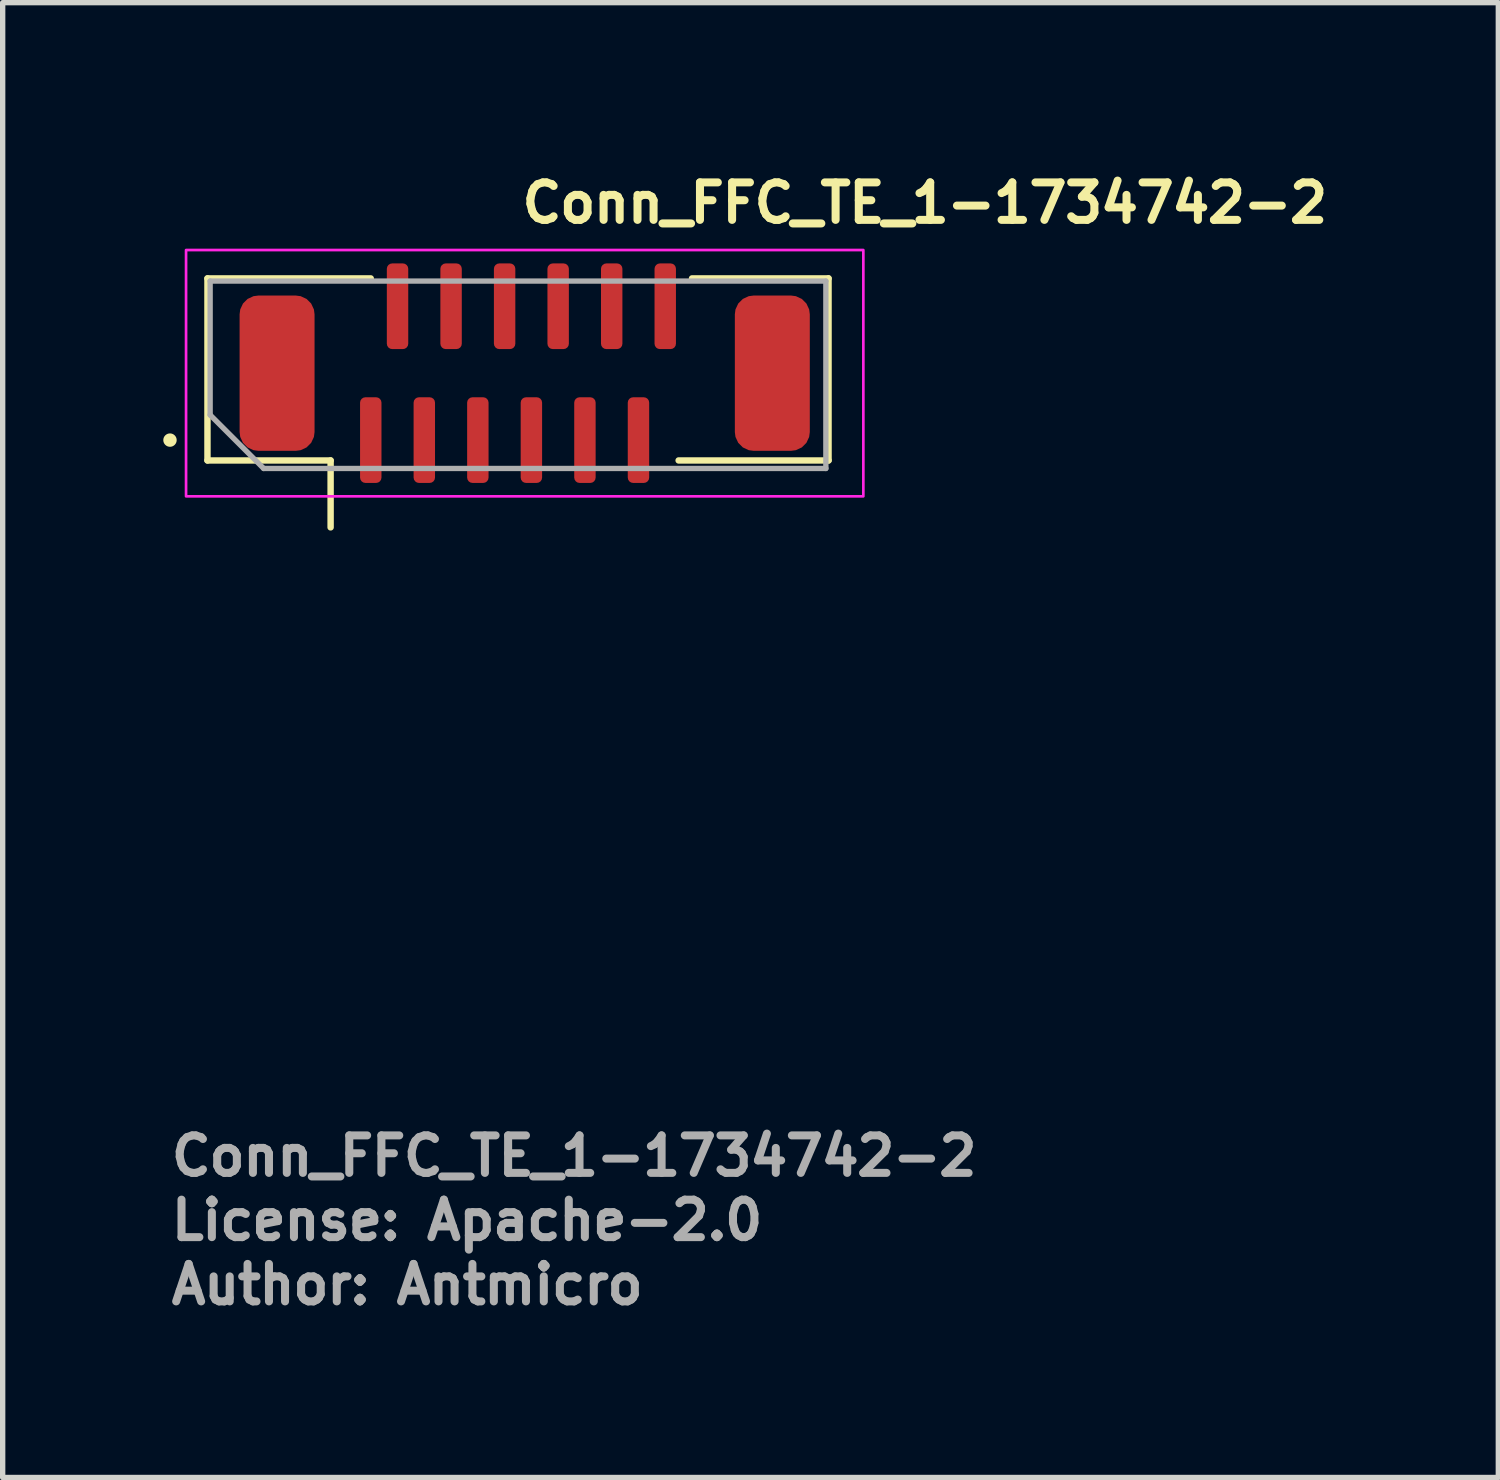
<source format=kicad_pcb>
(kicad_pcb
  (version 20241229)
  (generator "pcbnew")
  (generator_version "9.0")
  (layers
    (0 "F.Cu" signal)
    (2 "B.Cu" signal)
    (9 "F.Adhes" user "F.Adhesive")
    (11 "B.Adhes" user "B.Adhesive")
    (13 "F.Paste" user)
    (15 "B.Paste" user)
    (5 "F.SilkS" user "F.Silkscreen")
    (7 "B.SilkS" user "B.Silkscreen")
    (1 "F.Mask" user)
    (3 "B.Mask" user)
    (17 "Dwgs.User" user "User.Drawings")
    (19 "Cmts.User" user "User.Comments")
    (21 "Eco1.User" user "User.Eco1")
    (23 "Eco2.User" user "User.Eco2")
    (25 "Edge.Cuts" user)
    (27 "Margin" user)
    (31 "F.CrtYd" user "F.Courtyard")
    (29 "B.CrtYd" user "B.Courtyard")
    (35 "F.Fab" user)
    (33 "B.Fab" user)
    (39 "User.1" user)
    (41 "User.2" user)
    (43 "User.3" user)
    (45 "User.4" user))
  (footprint "Conn_FFC_TE_1-1734742-2"
    (layer "F.Cu")
    (at 6.625 3.95)
    (property "Reference" "Conn_FFC_TE_1-1734742-2" (at 0 -2.8 0) (unlocked yes) (layer "F.SilkS") (effects (font (size 0.7 0.7) (thickness 0.15)) (justify left bottom)))
    (attr smd)
    (fp_line (start -5.8 -1.8) (end -5.8 1.6) (stroke (width 0.12) (type solid)) (layer "F.SilkS"))
    (fp_line (start -5.8 -1.8) (end -2.75 -1.8) (stroke (width 0.12) (type solid)) (layer "F.SilkS"))
    (fp_line (start -5.8 1.6) (end -3.5 1.6) (stroke (width 0.12) (type solid)) (layer "F.SilkS"))
    (fp_line (start -3.5 2.85) (end -3.5 1.6) (stroke (width 0.12) (type solid)) (layer "F.SilkS"))
    (fp_line (start 3.25 -1.8) (end 5.8 -1.8) (stroke (width 0.12) (type solid)) (layer "F.SilkS"))
    (fp_line (start 5.8 -1.8) (end 5.8 1.6) (stroke (width 0.12) (type solid)) (layer "F.SilkS"))
    (fp_line (start 5.8 1.6) (end 3 1.6) (stroke (width 0.12) (type solid)) (layer "F.SilkS"))
    (fp_circle (center -6.5 1.22) (end -6.45 1.22) (stroke (width 0.15) (type solid)) (fill yes) (layer "F.SilkS"))
    (fp_rect (start -6.2 -2.33) (end 6.45 2.27) (stroke (width 0.05) (type solid)) (fill no) (layer "F.CrtYd"))
    (fp_line (start -5.75 -1.75) (end -5.75 0.75) (stroke (width 0.1) (type solid)) (layer "F.Fab"))
    (fp_line (start -5.75 0.75) (end -4.75 1.75) (stroke (width 0.1) (type solid)) (layer "F.Fab"))
    (fp_line (start -4.75 1.75) (end 5.75 1.75) (stroke (width 0.1) (type solid)) (layer "F.Fab"))
    (fp_line (start 5.75 -1.75) (end -5.75 -1.75) (stroke (width 0.1) (type solid)) (layer "F.Fab"))
    (fp_line (start 5.75 1.75) (end 5.75 -1.75) (stroke (width 0.1) (type solid)) (layer "F.Fab"))
    (fp_rect (start -5.85 -1.93) (end 5.85 1.87) (stroke (width 0.1) (type solid)) (fill no) (layer "User.5"))
    (fp_line (start -5.85 -1.68) (end -5.85 1.42) (stroke (width 0.02) (type solid)) (layer "User.9"))
    (fp_line (start -5.85 -1.68) (end -5.8 -1.73) (stroke (width 0.02) (type solid)) (layer "User.9"))
    (fp_line (start -5.8 -1.73) (end -5.75 -1.68) (stroke (width 0.02) (type solid)) (layer "User.9"))
    (fp_line (start -5.8 1.47) (end -5.85 1.42) (stroke (width 0.02) (type solid)) (layer "User.9"))
    (fp_line (start -5.75 -1.78) (end -5.8 -1.73) (stroke (width 0.02) (type solid)) (layer "User.9"))
    (fp_line (start -5.75 -1.68) (end -5.75 1.42) (stroke (width 0.02) (type solid)) (layer "User.9"))
    (fp_line (start -5.75 1.42) (end -5.8 1.47) (stroke (width 0.02) (type solid)) (layer "User.9"))
    (fp_line (start -5.75 1.42) (end -3.97 1.42) (stroke (width 0.02) (type solid)) (layer "User.9"))
    (fp_line (start -5.75 1.52) (end -5.8 1.47) (stroke (width 0.02) (type solid)) (layer "User.9"))
    (fp_line (start -5.75 1.52) (end -3.87 1.52) (stroke (width 0.02) (type solid)) (layer "User.9"))
    (fp_line (start -4.859 -1.78) (end -5.75 -1.78) (stroke (width 0.02) (type solid)) (layer "User.9"))
    (fp_line (start -4.859 -1.78) (end -4.809 -1.68) (stroke (width 0.02) (type solid)) (layer "User.9"))
    (fp_line (start -4.809 -1.68) (end -5.75 -1.68) (stroke (width 0.02) (type solid)) (layer "User.9"))
    (fp_line (start -4.622 -1.307) (end -4.809 -1.68) (stroke (width 0.02) (type solid)) (layer "User.9"))
    (fp_line (start -4.479 -1.307) (end -4.622 -1.307) (stroke (width 0.02) (type solid)) (layer "User.9"))
    (fp_line (start -4.292 -1.68) (end -4.479 -1.307) (stroke (width 0.02) (type solid)) (layer "User.9"))
    (fp_line (start -4.292 -1.68) (end -4.242 -1.78) (stroke (width 0.02) (type solid)) (layer "User.9"))
    (fp_line (start -3.97 0.27) (end -3.575 0.27) (stroke (width 0.02) (type solid)) (layer "User.9"))
    (fp_line (start -3.97 1.42) (end -3.97 0.27) (stroke (width 0.02) (type solid)) (layer "User.9"))
    (fp_line (start -3.87 1.52) (end -3.97 1.42) (stroke (width 0.02) (type solid)) (layer "User.9"))
    (fp_line (start -3.72 1.22) (end -3.25 1.22) (stroke (width 0.02) (type solid)) (layer "User.9"))
    (fp_line (start -3.72 1.52) (end -3.87 1.52) (stroke (width 0.02) (type solid)) (layer "User.9"))
    (fp_line (start -3.72 1.52) (end -3.72 0.27) (stroke (width 0.02) (type solid)) (layer "User.9"))
    (fp_line (start -3.575 -0.25) (end 3.575 -0.25) (stroke (width 0.02) (type solid)) (layer "User.9"))
    (fp_line (start -3.575 0.27) (end -3.575 -0.25) (stroke (width 0.02) (type solid)) (layer "User.9"))
    (fp_line (start -3.325 0) (end -3.575 -0.25) (stroke (width 0.02) (type solid)) (layer "User.9"))
    (fp_line (start -3.325 0) (end 3.325 0) (stroke (width 0.02) (type solid)) (layer "User.9"))
    (fp_line (start -3.325 0.27) (end -3.575 0.27) (stroke (width 0.02) (type solid)) (layer "User.9"))
    (fp_line (start -3.325 0.27) (end -3.325 0) (stroke (width 0.02) (type solid)) (layer "User.9"))
    (fp_line (start -3.25 0.27) (end -3.325 0.27) (stroke (width 0.02) (type solid)) (layer "User.9"))
    (fp_line (start -3.25 0.27) (end -3.25 0) (stroke (width 0.02) (type solid)) (layer "User.9"))
    (fp_line (start -3.25 0.27) (end -3.25 0.42) (stroke (width 0.02) (type solid)) (layer "User.9"))
    (fp_line (start -3.25 0.42) (end -3.72 0.42) (stroke (width 0.02) (type solid)) (layer "User.9"))
    (fp_line (start -3.25 0.42) (end -2.91 0.42) (stroke (width 0.02) (type solid)) (layer "User.9"))
    (fp_line (start -3.25 0.72) (end -3.25 0.42) (stroke (width 0.02) (type solid)) (layer "User.9"))
    (fp_line (start -3.25 1.22) (end -3.25 0.72) (stroke (width 0.02) (type solid)) (layer "User.9"))
    (fp_line (start -2.91 0.72) (end -3.25 0.72) (stroke (width 0.02) (type solid)) (layer "User.9"))
    (fp_line (start -2.91 0.72) (end -2.91 0.42) (stroke (width 0.02) (type solid)) (layer "User.9"))
    (fp_line (start -2.91 0.72) (end -2.91 0.82) (stroke (width 0.02) (type solid)) (layer "User.9"))
    (fp_line (start -2.91 0.82) (end -2.59 0.82) (stroke (width 0.02) (type solid)) (layer "User.9"))
    (fp_line (start -2.85 0.22) (end -2.85 0.387) (stroke (width 0.02) (type solid)) (layer "User.9"))
    (fp_line (start -2.85 0.22) (end -2.65 0.22) (stroke (width 0.02) (type solid)) (layer "User.9"))
    (fp_line (start -2.85 0.494) (end -2.85 0.387) (stroke (width 0.02) (type solid)) (layer "User.9"))
    (fp_line (start -2.85 0.614) (end -2.85 0.494) (stroke (width 0.02) (type solid)) (layer "User.9"))
    (fp_line (start -2.85 0.614) (end -2.85 0.723) (stroke (width 0.02) (type solid)) (layer "User.9"))
    (fp_line (start -2.85 0.723) (end -2.65 0.723) (stroke (width 0.02) (type solid)) (layer "User.9"))
    (fp_line (start -2.85 1.22) (end -2.85 1.87) (stroke (width 0.02) (type solid)) (layer "User.9"))
    (fp_line (start -2.85 1.87) (end -2.65 1.87) (stroke (width 0.02) (type solid)) (layer "User.9"))
    (fp_line (start -2.65 0.22) (end -2.65 0.387) (stroke (width 0.02) (type solid)) (layer "User.9"))
    (fp_line (start -2.65 0.387) (end -2.65 0.494) (stroke (width 0.02) (type solid)) (layer "User.9"))
    (fp_line (start -2.65 0.494) (end -2.65 0.614) (stroke (width 0.02) (type solid)) (layer "User.9"))
    (fp_line (start -2.65 0.614) (end -2.65 0.723) (stroke (width 0.02) (type solid)) (layer "User.9"))
    (fp_line (start -2.65 1.22) (end -2.65 1.87) (stroke (width 0.02) (type solid)) (layer "User.9"))
    (fp_line (start -2.59 0.42) (end -2.41 0.42) (stroke (width 0.02) (type solid)) (layer "User.9"))
    (fp_line (start -2.59 0.72) (end -2.59 0.42) (stroke (width 0.02) (type solid)) (layer "User.9"))
    (fp_line (start -2.59 0.72) (end -2.59 0.82) (stroke (width 0.02) (type solid)) (layer "User.9"))
    (fp_line (start -2.41 0.72) (end -2.59 0.72) (stroke (width 0.02) (type solid)) (layer "User.9"))
    (fp_line (start -2.41 0.72) (end -2.41 0.42) (stroke (width 0.02) (type solid)) (layer "User.9"))
    (fp_line (start -2.41 0.72) (end -2.41 0.82) (stroke (width 0.02) (type solid)) (layer "User.9"))
    (fp_line (start -2.41 0.82) (end -2.09 0.82) (stroke (width 0.02) (type solid)) (layer "User.9"))
    (fp_line (start -2.35 -1.78) (end -2.35 -1.93) (stroke (width 0.02) (type solid)) (layer "User.9"))
    (fp_line (start -2.35 0.22) (end -2.35 0.387) (stroke (width 0.02) (type solid)) (layer "User.9"))
    (fp_line (start -2.35 0.22) (end -2.15 0.22) (stroke (width 0.02) (type solid)) (layer "User.9"))
    (fp_line (start -2.35 0.494) (end -2.35 0.387) (stroke (width 0.02) (type solid)) (layer "User.9"))
    (fp_line (start -2.35 0.614) (end -2.35 0.494) (stroke (width 0.02) (type solid)) (layer "User.9"))
    (fp_line (start -2.35 0.614) (end -2.35 0.723) (stroke (width 0.02) (type solid)) (layer "User.9"))
    (fp_line (start -2.35 0.723) (end -2.15 0.723) (stroke (width 0.02) (type solid)) (layer "User.9"))
    (fp_line (start -2.15 -1.93) (end -2.35 -1.93) (stroke (width 0.02) (type solid)) (layer "User.9"))
    (fp_line (start -2.15 -1.78) (end -2.15 -1.93) (stroke (width 0.02) (type solid)) (layer "User.9"))
    (fp_line (start -2.15 0.22) (end -2.15 0.387) (stroke (width 0.02) (type solid)) (layer "User.9"))
    (fp_line (start -2.15 0.387) (end -2.15 0.494) (stroke (width 0.02) (type solid)) (layer "User.9"))
    (fp_line (start -2.15 0.494) (end -2.15 0.614) (stroke (width 0.02) (type solid)) (layer "User.9"))
    (fp_line (start -2.15 0.614) (end -2.15 0.723) (stroke (width 0.02) (type solid)) (layer "User.9"))
    (fp_line (start -2.09 0.42) (end -1.91 0.42) (stroke (width 0.02) (type solid)) (layer "User.9"))
    (fp_line (start -2.09 0.72) (end -2.09 0.42) (stroke (width 0.02) (type solid)) (layer "User.9"))
    (fp_line (start -2.09 0.72) (end -2.09 0.82) (stroke (width 0.02) (type solid)) (layer "User.9"))
    (fp_line (start -1.91 0.72) (end -2.09 0.72) (stroke (width 0.02) (type solid)) (layer "User.9"))
    (fp_line (start -1.91 0.72) (end -1.91 0.42) (stroke (width 0.02) (type solid)) (layer "User.9"))
    (fp_line (start -1.91 0.72) (end -1.91 0.82) (stroke (width 0.02) (type solid)) (layer "User.9"))
    (fp_line (start -1.91 0.82) (end -1.59 0.82) (stroke (width 0.02) (type solid)) (layer "User.9"))
    (fp_line (start -1.85 0.22) (end -1.85 0.387) (stroke (width 0.02) (type solid)) (layer "User.9"))
    (fp_line (start -1.85 0.22) (end -1.65 0.22) (stroke (width 0.02) (type solid)) (layer "User.9"))
    (fp_line (start -1.85 0.494) (end -1.85 0.387) (stroke (width 0.02) (type solid)) (layer "User.9"))
    (fp_line (start -1.85 0.614) (end -1.85 0.494) (stroke (width 0.02) (type solid)) (layer "User.9"))
    (fp_line (start -1.85 0.614) (end -1.85 0.723) (stroke (width 0.02) (type solid)) (layer "User.9"))
    (fp_line (start -1.85 0.723) (end -1.65 0.723) (stroke (width 0.02) (type solid)) (layer "User.9"))
    (fp_line (start -1.85 1.22) (end -1.85 1.87) (stroke (width 0.02) (type solid)) (layer "User.9"))
    (fp_line (start -1.85 1.87) (end -1.65 1.87) (stroke (width 0.02) (type solid)) (layer "User.9"))
    (fp_line (start -1.65 0.22) (end -1.65 0.387) (stroke (width 0.02) (type solid)) (layer "User.9"))
    (fp_line (start -1.65 0.387) (end -1.65 0.494) (stroke (width 0.02) (type solid)) (layer "User.9"))
    (fp_line (start -1.65 0.494) (end -1.65 0.614) (stroke (width 0.02) (type solid)) (layer "User.9"))
    (fp_line (start -1.65 0.614) (end -1.65 0.723) (stroke (width 0.02) (type solid)) (layer "User.9"))
    (fp_line (start -1.65 1.22) (end -1.65 1.87) (stroke (width 0.02) (type solid)) (layer "User.9"))
    (fp_line (start -1.59 0.42) (end -1.41 0.42) (stroke (width 0.02) (type solid)) (layer "User.9"))
    (fp_line (start -1.59 0.72) (end -1.59 0.42) (stroke (width 0.02) (type solid)) (layer "User.9"))
    (fp_line (start -1.59 0.72) (end -1.59 0.82) (stroke (width 0.02) (type solid)) (layer "User.9"))
    (fp_line (start -1.41 0.72) (end -1.59 0.72) (stroke (width 0.02) (type solid)) (layer "User.9"))
    (fp_line (start -1.41 0.72) (end -1.41 0.42) (stroke (width 0.02) (type solid)) (layer "User.9"))
    (fp_line (start -1.41 0.72) (end -1.41 0.82) (stroke (width 0.02) (type solid)) (layer "User.9"))
    (fp_line (start -1.41 0.82) (end -1.09 0.82) (stroke (width 0.02) (type solid)) (layer "User.9"))
    (fp_line (start -1.35 -1.78) (end -1.35 -1.93) (stroke (width 0.02) (type solid)) (layer "User.9"))
    (fp_line (start -1.35 0.22) (end -1.35 0.387) (stroke (width 0.02) (type solid)) (layer "User.9"))
    (fp_line (start -1.35 0.22) (end -1.15 0.22) (stroke (width 0.02) (type solid)) (layer "User.9"))
    (fp_line (start -1.35 0.494) (end -1.35 0.387) (stroke (width 0.02) (type solid)) (layer "User.9"))
    (fp_line (start -1.35 0.614) (end -1.35 0.494) (stroke (width 0.02) (type solid)) (layer "User.9"))
    (fp_line (start -1.35 0.614) (end -1.35 0.723) (stroke (width 0.02) (type solid)) (layer "User.9"))
    (fp_line (start -1.35 0.723) (end -1.15 0.723) (stroke (width 0.02) (type solid)) (layer "User.9"))
    (fp_line (start -1.15 -1.93) (end -1.35 -1.93) (stroke (width 0.02) (type solid)) (layer "User.9"))
    (fp_line (start -1.15 -1.78) (end -1.15 -1.93) (stroke (width 0.02) (type solid)) (layer "User.9"))
    (fp_line (start -1.15 0.22) (end -1.15 0.387) (stroke (width 0.02) (type solid)) (layer "User.9"))
    (fp_line (start -1.15 0.387) (end -1.15 0.494) (stroke (width 0.02) (type solid)) (layer "User.9"))
    (fp_line (start -1.15 0.494) (end -1.15 0.614) (stroke (width 0.02) (type solid)) (layer "User.9"))
    (fp_line (start -1.15 0.614) (end -1.15 0.723) (stroke (width 0.02) (type solid)) (layer "User.9"))
    (fp_line (start -1.09 0.42) (end -0.91 0.42) (stroke (width 0.02) (type solid)) (layer "User.9"))
    (fp_line (start -1.09 0.72) (end -1.09 0.42) (stroke (width 0.02) (type solid)) (layer "User.9"))
    (fp_line (start -1.09 0.72) (end -1.09 0.82) (stroke (width 0.02) (type solid)) (layer "User.9"))
    (fp_line (start -0.91 0.72) (end -1.09 0.72) (stroke (width 0.02) (type solid)) (layer "User.9"))
    (fp_line (start -0.91 0.72) (end -0.91 0.42) (stroke (width 0.02) (type solid)) (layer "User.9"))
    (fp_line (start -0.91 0.72) (end -0.91 0.82) (stroke (width 0.02) (type solid)) (layer "User.9"))
    (fp_line (start -0.91 0.82) (end -0.59 0.82) (stroke (width 0.02) (type solid)) (layer "User.9"))
    (fp_line (start -0.85 0.22) (end -0.85 0.387) (stroke (width 0.02) (type solid)) (layer "User.9"))
    (fp_line (start -0.85 0.22) (end -0.65 0.22) (stroke (width 0.02) (type solid)) (layer "User.9"))
    (fp_line (start -0.85 0.494) (end -0.85 0.387) (stroke (width 0.02) (type solid)) (layer "User.9"))
    (fp_line (start -0.85 0.614) (end -0.85 0.494) (stroke (width 0.02) (type solid)) (layer "User.9"))
    (fp_line (start -0.85 0.614) (end -0.85 0.723) (stroke (width 0.02) (type solid)) (layer "User.9"))
    (fp_line (start -0.85 0.723) (end -0.65 0.723) (stroke (width 0.02) (type solid)) (layer "User.9"))
    (fp_line (start -0.85 1.22) (end -0.85 1.87) (stroke (width 0.02) (type solid)) (layer "User.9"))
    (fp_line (start -0.85 1.87) (end -0.65 1.87) (stroke (width 0.02) (type solid)) (layer "User.9"))
    (fp_line (start -0.65 0.22) (end -0.65 0.387) (stroke (width 0.02) (type solid)) (layer "User.9"))
    (fp_line (start -0.65 0.387) (end -0.65 0.494) (stroke (width 0.02) (type solid)) (layer "User.9"))
    (fp_line (start -0.65 0.494) (end -0.65 0.614) (stroke (width 0.02) (type solid)) (layer "User.9"))
    (fp_line (start -0.65 0.614) (end -0.65 0.723) (stroke (width 0.02) (type solid)) (layer "User.9"))
    (fp_line (start -0.65 1.22) (end -0.65 1.87) (stroke (width 0.02) (type solid)) (layer "User.9"))
    (fp_line (start -0.59 0.42) (end -0.41 0.42) (stroke (width 0.02) (type solid)) (layer "User.9"))
    (fp_line (start -0.59 0.72) (end -0.59 0.42) (stroke (width 0.02) (type solid)) (layer "User.9"))
    (fp_line (start -0.59 0.72) (end -0.59 0.82) (stroke (width 0.02) (type solid)) (layer "User.9"))
    (fp_line (start -0.41 0.72) (end -0.59 0.72) (stroke (width 0.02) (type solid)) (layer "User.9"))
    (fp_line (start -0.41 0.72) (end -0.41 0.42) (stroke (width 0.02) (type solid)) (layer "User.9"))
    (fp_line (start -0.41 0.72) (end -0.41 0.82) (stroke (width 0.02) (type solid)) (layer "User.9"))
    (fp_line (start -0.41 0.82) (end -0.09 0.82) (stroke (width 0.02) (type solid)) (layer "User.9"))
    (fp_line (start -0.35 -1.78) (end -0.35 -1.93) (stroke (width 0.02) (type solid)) (layer "User.9"))
    (fp_line (start -0.35 0.22) (end -0.35 0.387) (stroke (width 0.02) (type solid)) (layer "User.9"))
    (fp_line (start -0.35 0.22) (end -0.15 0.22) (stroke (width 0.02) (type solid)) (layer "User.9"))
    (fp_line (start -0.35 0.494) (end -0.35 0.387) (stroke (width 0.02) (type solid)) (layer "User.9"))
    (fp_line (start -0.35 0.614) (end -0.35 0.494) (stroke (width 0.02) (type solid)) (layer "User.9"))
    (fp_line (start -0.35 0.614) (end -0.35 0.723) (stroke (width 0.02) (type solid)) (layer "User.9"))
    (fp_line (start -0.35 0.723) (end -0.15 0.723) (stroke (width 0.02) (type solid)) (layer "User.9"))
    (fp_line (start -0.15 -1.93) (end -0.35 -1.93) (stroke (width 0.02) (type solid)) (layer "User.9"))
    (fp_line (start -0.15 -1.78) (end -0.15 -1.93) (stroke (width 0.02) (type solid)) (layer "User.9"))
    (fp_line (start -0.15 0.22) (end -0.15 0.387) (stroke (width 0.02) (type solid)) (layer "User.9"))
    (fp_line (start -0.15 0.387) (end -0.15 0.494) (stroke (width 0.02) (type solid)) (layer "User.9"))
    (fp_line (start -0.15 0.494) (end -0.15 0.614) (stroke (width 0.02) (type solid)) (layer "User.9"))
    (fp_line (start -0.15 0.614) (end -0.15 0.723) (stroke (width 0.02) (type solid)) (layer "User.9"))
    (fp_line (start -0.09 0.42) (end 0.09 0.42) (stroke (width 0.02) (type solid)) (layer "User.9"))
    (fp_line (start -0.09 0.72) (end -0.09 0.42) (stroke (width 0.02) (type solid)) (layer "User.9"))
    (fp_line (start -0.09 0.72) (end -0.09 0.82) (stroke (width 0.02) (type solid)) (layer "User.9"))
    (fp_line (start 0.09 0.72) (end -0.09 0.72) (stroke (width 0.02) (type solid)) (layer "User.9"))
    (fp_line (start 0.09 0.72) (end 0.09 0.42) (stroke (width 0.02) (type solid)) (layer "User.9"))
    (fp_line (start 0.09 0.72) (end 0.09 0.82) (stroke (width 0.02) (type solid)) (layer "User.9"))
    (fp_line (start 0.09 0.82) (end 0.41 0.82) (stroke (width 0.02) (type solid)) (layer "User.9"))
    (fp_line (start 0.15 0.22) (end 0.15 0.387) (stroke (width 0.02) (type solid)) (layer "User.9"))
    (fp_line (start 0.15 0.22) (end 0.35 0.22) (stroke (width 0.02) (type solid)) (layer "User.9"))
    (fp_line (start 0.15 0.494) (end 0.15 0.387) (stroke (width 0.02) (type solid)) (layer "User.9"))
    (fp_line (start 0.15 0.614) (end 0.15 0.494) (stroke (width 0.02) (type solid)) (layer "User.9"))
    (fp_line (start 0.15 0.614) (end 0.15 0.723) (stroke (width 0.02) (type solid)) (layer "User.9"))
    (fp_line (start 0.15 0.723) (end 0.35 0.723) (stroke (width 0.02) (type solid)) (layer "User.9"))
    (fp_line (start 0.15 1.22) (end 0.15 1.87) (stroke (width 0.02) (type solid)) (layer "User.9"))
    (fp_line (start 0.15 1.87) (end 0.35 1.87) (stroke (width 0.02) (type solid)) (layer "User.9"))
    (fp_line (start 0.35 0.22) (end 0.35 0.387) (stroke (width 0.02) (type solid)) (layer "User.9"))
    (fp_line (start 0.35 0.387) (end 0.35 0.494) (stroke (width 0.02) (type solid)) (layer "User.9"))
    (fp_line (start 0.35 0.494) (end 0.35 0.614) (stroke (width 0.02) (type solid)) (layer "User.9"))
    (fp_line (start 0.35 0.614) (end 0.35 0.723) (stroke (width 0.02) (type solid)) (layer "User.9"))
    (fp_line (start 0.35 1.22) (end 0.35 1.87) (stroke (width 0.02) (type solid)) (layer "User.9"))
    (fp_line (start 0.41 0.42) (end 0.59 0.42) (stroke (width 0.02) (type solid)) (layer "User.9"))
    (fp_line (start 0.41 0.72) (end 0.41 0.42) (stroke (width 0.02) (type solid)) (layer "User.9"))
    (fp_line (start 0.41 0.72) (end 0.41 0.82) (stroke (width 0.02) (type solid)) (layer "User.9"))
    (fp_line (start 0.59 0.72) (end 0.41 0.72) (stroke (width 0.02) (type solid)) (layer "User.9"))
    (fp_line (start 0.59 0.72) (end 0.59 0.42) (stroke (width 0.02) (type solid)) (layer "User.9"))
    (fp_line (start 0.59 0.72) (end 0.59 0.82) (stroke (width 0.02) (type solid)) (layer "User.9"))
    (fp_line (start 0.59 0.82) (end 0.91 0.82) (stroke (width 0.02) (type solid)) (layer "User.9"))
    (fp_line (start 0.65 -1.78) (end 0.65 -1.93) (stroke (width 0.02) (type solid)) (layer "User.9"))
    (fp_line (start 0.65 0.22) (end 0.65 0.387) (stroke (width 0.02) (type solid)) (layer "User.9"))
    (fp_line (start 0.65 0.22) (end 0.85 0.22) (stroke (width 0.02) (type solid)) (layer "User.9"))
    (fp_line (start 0.65 0.494) (end 0.65 0.387) (stroke (width 0.02) (type solid)) (layer "User.9"))
    (fp_line (start 0.65 0.614) (end 0.65 0.494) (stroke (width 0.02) (type solid)) (layer "User.9"))
    (fp_line (start 0.65 0.614) (end 0.65 0.723) (stroke (width 0.02) (type solid)) (layer "User.9"))
    (fp_line (start 0.65 0.723) (end 0.85 0.723) (stroke (width 0.02) (type solid)) (layer "User.9"))
    (fp_line (start 0.85 -1.93) (end 0.65 -1.93) (stroke (width 0.02) (type solid)) (layer "User.9"))
    (fp_line (start 0.85 -1.78) (end 0.85 -1.93) (stroke (width 0.02) (type solid)) (layer "User.9"))
    (fp_line (start 0.85 0.22) (end 0.85 0.387) (stroke (width 0.02) (type solid)) (layer "User.9"))
    (fp_line (start 0.85 0.387) (end 0.85 0.494) (stroke (width 0.02) (type solid)) (layer "User.9"))
    (fp_line (start 0.85 0.494) (end 0.85 0.614) (stroke (width 0.02) (type solid)) (layer "User.9"))
    (fp_line (start 0.85 0.614) (end 0.85 0.723) (stroke (width 0.02) (type solid)) (layer "User.9"))
    (fp_line (start 0.91 0.42) (end 1.09 0.42) (stroke (width 0.02) (type solid)) (layer "User.9"))
    (fp_line (start 0.91 0.72) (end 0.91 0.42) (stroke (width 0.02) (type solid)) (layer "User.9"))
    (fp_line (start 0.91 0.72) (end 0.91 0.82) (stroke (width 0.02) (type solid)) (layer "User.9"))
    (fp_line (start 1.09 0.72) (end 0.91 0.72) (stroke (width 0.02) (type solid)) (layer "User.9"))
    (fp_line (start 1.09 0.72) (end 1.09 0.42) (stroke (width 0.02) (type solid)) (layer "User.9"))
    (fp_line (start 1.09 0.72) (end 1.09 0.82) (stroke (width 0.02) (type solid)) (layer "User.9"))
    (fp_line (start 1.09 0.82) (end 1.41 0.82) (stroke (width 0.02) (type solid)) (layer "User.9"))
    (fp_line (start 1.15 0.22) (end 1.15 0.387) (stroke (width 0.02) (type solid)) (layer "User.9"))
    (fp_line (start 1.15 0.22) (end 1.35 0.22) (stroke (width 0.02) (type solid)) (layer "User.9"))
    (fp_line (start 1.15 0.494) (end 1.15 0.387) (stroke (width 0.02) (type solid)) (layer "User.9"))
    (fp_line (start 1.15 0.614) (end 1.15 0.494) (stroke (width 0.02) (type solid)) (layer "User.9"))
    (fp_line (start 1.15 0.614) (end 1.15 0.723) (stroke (width 0.02) (type solid)) (layer "User.9"))
    (fp_line (start 1.15 0.723) (end 1.35 0.723) (stroke (width 0.02) (type solid)) (layer "User.9"))
    (fp_line (start 1.15 1.22) (end 1.15 1.87) (stroke (width 0.02) (type solid)) (layer "User.9"))
    (fp_line (start 1.15 1.87) (end 1.35 1.87) (stroke (width 0.02) (type solid)) (layer "User.9"))
    (fp_line (start 1.35 0.22) (end 1.35 0.387) (stroke (width 0.02) (type solid)) (layer "User.9"))
    (fp_line (start 1.35 0.387) (end 1.35 0.494) (stroke (width 0.02) (type solid)) (layer "User.9"))
    (fp_line (start 1.35 0.494) (end 1.35 0.614) (stroke (width 0.02) (type solid)) (layer "User.9"))
    (fp_line (start 1.35 0.614) (end 1.35 0.723) (stroke (width 0.02) (type solid)) (layer "User.9"))
    (fp_line (start 1.35 1.22) (end 1.35 1.87) (stroke (width 0.02) (type solid)) (layer "User.9"))
    (fp_line (start 1.41 0.42) (end 1.59 0.42) (stroke (width 0.02) (type solid)) (layer "User.9"))
    (fp_line (start 1.41 0.72) (end 1.41 0.42) (stroke (width 0.02) (type solid)) (layer "User.9"))
    (fp_line (start 1.41 0.72) (end 1.41 0.82) (stroke (width 0.02) (type solid)) (layer "User.9"))
    (fp_line (start 1.59 0.72) (end 1.41 0.72) (stroke (width 0.02) (type solid)) (layer "User.9"))
    (fp_line (start 1.59 0.72) (end 1.59 0.42) (stroke (width 0.02) (type solid)) (layer "User.9"))
    (fp_line (start 1.59 0.72) (end 1.59 0.82) (stroke (width 0.02) (type solid)) (layer "User.9"))
    (fp_line (start 1.59 0.82) (end 1.91 0.82) (stroke (width 0.02) (type solid)) (layer "User.9"))
    (fp_line (start 1.65 -1.78) (end 1.65 -1.93) (stroke (width 0.02) (type solid)) (layer "User.9"))
    (fp_line (start 1.65 0.22) (end 1.65 0.387) (stroke (width 0.02) (type solid)) (layer "User.9"))
    (fp_line (start 1.65 0.22) (end 1.85 0.22) (stroke (width 0.02) (type solid)) (layer "User.9"))
    (fp_line (start 1.65 0.494) (end 1.65 0.387) (stroke (width 0.02) (type solid)) (layer "User.9"))
    (fp_line (start 1.65 0.614) (end 1.65 0.494) (stroke (width 0.02) (type solid)) (layer "User.9"))
    (fp_line (start 1.65 0.614) (end 1.65 0.723) (stroke (width 0.02) (type solid)) (layer "User.9"))
    (fp_line (start 1.65 0.723) (end 1.85 0.723) (stroke (width 0.02) (type solid)) (layer "User.9"))
    (fp_line (start 1.85 -1.93) (end 1.65 -1.93) (stroke (width 0.02) (type solid)) (layer "User.9"))
    (fp_line (start 1.85 -1.78) (end 1.85 -1.93) (stroke (width 0.02) (type solid)) (layer "User.9"))
    (fp_line (start 1.85 0.22) (end 1.85 0.387) (stroke (width 0.02) (type solid)) (layer "User.9"))
    (fp_line (start 1.85 0.387) (end 1.85 0.494) (stroke (width 0.02) (type solid)) (layer "User.9"))
    (fp_line (start 1.85 0.494) (end 1.85 0.614) (stroke (width 0.02) (type solid)) (layer "User.9"))
    (fp_line (start 1.85 0.614) (end 1.85 0.723) (stroke (width 0.02) (type solid)) (layer "User.9"))
    (fp_line (start 1.91 0.42) (end 2.09 0.42) (stroke (width 0.02) (type solid)) (layer "User.9"))
    (fp_line (start 1.91 0.72) (end 1.91 0.42) (stroke (width 0.02) (type solid)) (layer "User.9"))
    (fp_line (start 1.91 0.72) (end 1.91 0.82) (stroke (width 0.02) (type solid)) (layer "User.9"))
    (fp_line (start 2.09 0.72) (end 1.91 0.72) (stroke (width 0.02) (type solid)) (layer "User.9"))
    (fp_line (start 2.09 0.72) (end 2.09 0.42) (stroke (width 0.02) (type solid)) (layer "User.9"))
    (fp_line (start 2.09 0.72) (end 2.09 0.82) (stroke (width 0.02) (type solid)) (layer "User.9"))
    (fp_line (start 2.09 0.82) (end 2.41 0.82) (stroke (width 0.02) (type solid)) (layer "User.9"))
    (fp_line (start 2.15 0.22) (end 2.15 0.387) (stroke (width 0.02) (type solid)) (layer "User.9"))
    (fp_line (start 2.15 0.22) (end 2.35 0.22) (stroke (width 0.02) (type solid)) (layer "User.9"))
    (fp_line (start 2.15 0.494) (end 2.15 0.387) (stroke (width 0.02) (type solid)) (layer "User.9"))
    (fp_line (start 2.15 0.614) (end 2.15 0.494) (stroke (width 0.02) (type solid)) (layer "User.9"))
    (fp_line (start 2.15 0.614) (end 2.15 0.723) (stroke (width 0.02) (type solid)) (layer "User.9"))
    (fp_line (start 2.15 0.723) (end 2.35 0.723) (stroke (width 0.02) (type solid)) (layer "User.9"))
    (fp_line (start 2.15 1.22) (end 2.15 1.87) (stroke (width 0.02) (type solid)) (layer "User.9"))
    (fp_line (start 2.15 1.87) (end 2.35 1.87) (stroke (width 0.02) (type solid)) (layer "User.9"))
    (fp_line (start 2.35 0.22) (end 2.35 0.387) (stroke (width 0.02) (type solid)) (layer "User.9"))
    (fp_line (start 2.35 0.387) (end 2.35 0.494) (stroke (width 0.02) (type solid)) (layer "User.9"))
    (fp_line (start 2.35 0.494) (end 2.35 0.614) (stroke (width 0.02) (type solid)) (layer "User.9"))
    (fp_line (start 2.35 0.614) (end 2.35 0.723) (stroke (width 0.02) (type solid)) (layer "User.9"))
    (fp_line (start 2.35 1.22) (end 2.35 1.87) (stroke (width 0.02) (type solid)) (layer "User.9"))
    (fp_line (start 2.41 0.42) (end 2.59 0.42) (stroke (width 0.02) (type solid)) (layer "User.9"))
    (fp_line (start 2.41 0.72) (end 2.41 0.42) (stroke (width 0.02) (type solid)) (layer "User.9"))
    (fp_line (start 2.41 0.72) (end 2.41 0.82) (stroke (width 0.02) (type solid)) (layer "User.9"))
    (fp_line (start 2.59 0.72) (end 2.41 0.72) (stroke (width 0.02) (type solid)) (layer "User.9"))
    (fp_line (start 2.59 0.72) (end 2.59 0.42) (stroke (width 0.02) (type solid)) (layer "User.9"))
    (fp_line (start 2.59 0.72) (end 2.59 0.82) (stroke (width 0.02) (type solid)) (layer "User.9"))
    (fp_line (start 2.59 0.82) (end 2.91 0.82) (stroke (width 0.02) (type solid)) (layer "User.9"))
    (fp_line (start 2.65 -1.78) (end 2.65 -1.93) (stroke (width 0.02) (type solid)) (layer "User.9"))
    (fp_line (start 2.65 0.22) (end 2.65 0.387) (stroke (width 0.02) (type solid)) (layer "User.9"))
    (fp_line (start 2.65 0.22) (end 2.85 0.22) (stroke (width 0.02) (type solid)) (layer "User.9"))
    (fp_line (start 2.65 0.494) (end 2.65 0.387) (stroke (width 0.02) (type solid)) (layer "User.9"))
    (fp_line (start 2.65 0.614) (end 2.65 0.494) (stroke (width 0.02) (type solid)) (layer "User.9"))
    (fp_line (start 2.65 0.614) (end 2.65 0.723) (stroke (width 0.02) (type solid)) (layer "User.9"))
    (fp_line (start 2.65 0.723) (end 2.85 0.723) (stroke (width 0.02) (type solid)) (layer "User.9"))
    (fp_line (start 2.85 -1.93) (end 2.65 -1.93) (stroke (width 0.02) (type solid)) (layer "User.9"))
    (fp_line (start 2.85 -1.78) (end 2.85 -1.93) (stroke (width 0.02) (type solid)) (layer "User.9"))
    (fp_line (start 2.85 0.22) (end 2.85 0.387) (stroke (width 0.02) (type solid)) (layer "User.9"))
    (fp_line (start 2.85 0.387) (end 2.85 0.494) (stroke (width 0.02) (type solid)) (layer "User.9"))
    (fp_line (start 2.85 0.494) (end 2.85 0.614) (stroke (width 0.02) (type solid)) (layer "User.9"))
    (fp_line (start 2.85 0.614) (end 2.85 0.723) (stroke (width 0.02) (type solid)) (layer "User.9"))
    (fp_line (start 2.91 0.42) (end 3.25 0.42) (stroke (width 0.02) (type solid)) (layer "User.9"))
    (fp_line (start 2.91 0.72) (end 2.91 0.42) (stroke (width 0.02) (type solid)) (layer "User.9"))
    (fp_line (start 2.91 0.72) (end 2.91 0.82) (stroke (width 0.02) (type solid)) (layer "User.9"))
    (fp_line (start 3.25 0) (end 3.25 0.27) (stroke (width 0.02) (type solid)) (layer "User.9"))
    (fp_line (start 3.25 0.42) (end 3.25 0.27) (stroke (width 0.02) (type solid)) (layer "User.9"))
    (fp_line (start 3.25 0.72) (end 2.91 0.72) (stroke (width 0.02) (type solid)) (layer "User.9"))
    (fp_line (start 3.25 0.72) (end 3.25 0.42) (stroke (width 0.02) (type solid)) (layer "User.9"))
    (fp_line (start 3.25 1.22) (end -3.25 1.22) (stroke (width 0.02) (type solid)) (layer "User.9"))
    (fp_line (start 3.25 1.22) (end 3.25 0.72) (stroke (width 0.02) (type solid)) (layer "User.9"))
    (fp_line (start 3.25 1.22) (end 3.72 1.22) (stroke (width 0.02) (type solid)) (layer "User.9"))
    (fp_line (start 3.325 0) (end 3.325 0.27) (stroke (width 0.02) (type solid)) (layer "User.9"))
    (fp_line (start 3.325 0) (end 3.575 -0.25) (stroke (width 0.02) (type solid)) (layer "User.9"))
    (fp_line (start 3.325 0.27) (end 3.25 0.27) (stroke (width 0.02) (type solid)) (layer "User.9"))
    (fp_line (start 3.575 -0.25) (end 3.575 0.27) (stroke (width 0.02) (type solid)) (layer "User.9"))
    (fp_line (start 3.575 0.27) (end 3.325 0.27) (stroke (width 0.02) (type solid)) (layer "User.9"))
    (fp_line (start 3.575 0.27) (end 3.97 0.27) (stroke (width 0.02) (type solid)) (layer "User.9"))
    (fp_line (start 3.72 0.27) (end 3.72 1.42) (stroke (width 0.02) (type solid)) (layer "User.9"))
    (fp_line (start 3.72 0.42) (end 3.25 0.42) (stroke (width 0.02) (type solid)) (layer "User.9"))
    (fp_line (start 3.82 1.52) (end 3.72 1.42) (stroke (width 0.02) (type solid)) (layer "User.9"))
    (fp_line (start 3.82 1.52) (end 5.75 1.52) (stroke (width 0.02) (type solid)) (layer "User.9"))
    (fp_line (start 3.97 0.27) (end 3.97 1.42) (stroke (width 0.02) (type solid)) (layer "User.9"))
    (fp_line (start 3.97 1.42) (end 3.72 1.42) (stroke (width 0.02) (type solid)) (layer "User.9"))
    (fp_line (start 3.97 1.42) (end 3.82 1.52) (stroke (width 0.02) (type solid)) (layer "User.9"))
    (fp_line (start 3.97 1.42) (end 5.75 1.42) (stroke (width 0.02) (type solid)) (layer "User.9"))
    (fp_line (start 5.75 -1.78) (end -4.242 -1.78) (stroke (width 0.02) (type solid)) (layer "User.9"))
    (fp_line (start 5.75 -1.78) (end 5.8 -1.73) (stroke (width 0.02) (type solid)) (layer "User.9"))
    (fp_line (start 5.75 -1.68) (end -4.292 -1.68) (stroke (width 0.02) (type solid)) (layer "User.9"))
    (fp_line (start 5.75 -1.68) (end 5.8 -1.73) (stroke (width 0.02) (type solid)) (layer "User.9"))
    (fp_line (start 5.75 1.42) (end 5.75 -1.68) (stroke (width 0.02) (type solid)) (layer "User.9"))
    (fp_line (start 5.8 -1.73) (end 5.85 -1.68) (stroke (width 0.02) (type solid)) (layer "User.9"))
    (fp_line (start 5.8 1.47) (end 5.75 1.42) (stroke (width 0.02) (type solid)) (layer "User.9"))
    (fp_line (start 5.8 1.47) (end 5.75 1.52) (stroke (width 0.02) (type solid)) (layer "User.9"))
    (fp_line (start 5.85 1.42) (end 5.8 1.47) (stroke (width 0.02) (type solid)) (layer "User.9"))
    (fp_line (start 5.85 1.42) (end 5.85 -1.68) (stroke (width 0.02) (type solid)) (layer "User.9"))
    (fp_text user "License: Apache-2.0" (at -6.55 16.2 0) (layer "F.Fab") (effects (font (size 0.7 0.7) (thickness 0.15)) (justify left bottom)))
    (fp_text user "${REFERENCE}" (at -6.55 15 0) (unlocked yes) (layer "F.Fab") (effects (font (size 0.7 0.7) (thickness 0.15)) (justify left bottom)))
    (fp_text user "Author: Antmicro" (at -6.55 17.4 0) (layer "F.Fab") (effects (font (size 0.7 0.7) (thickness 0.15)) (justify left bottom)))
    (pad "1" smd roundrect (at -2.75 1.22) (size 0.4 1.6) (layers "F.Cu" "F.Mask" "F.Paste") (roundrect_rratio 0.25))
    (pad "2" smd roundrect (at -2.25 -1.28) (size 0.4 1.6) (layers "F.Cu" "F.Mask" "F.Paste") (roundrect_rratio 0.25))
    (pad "3" smd roundrect (at -1.75 1.22) (size 0.4 1.6) (layers "F.Cu" "F.Mask" "F.Paste") (roundrect_rratio 0.25))
    (pad "4" smd roundrect (at -1.25 -1.28) (size 0.4 1.6) (layers "F.Cu" "F.Mask" "F.Paste") (roundrect_rratio 0.25))
    (pad "5" smd roundrect (at -0.75 1.22) (size 0.4 1.6) (layers "F.Cu" "F.Mask" "F.Paste") (roundrect_rratio 0.25))
    (pad "6" smd roundrect (at -0.25 -1.28) (size 0.4 1.6) (layers "F.Cu" "F.Mask" "F.Paste") (roundrect_rratio 0.25))
    (pad "7" smd roundrect (at 0.25 1.22) (size 0.4 1.6) (layers "F.Cu" "F.Mask" "F.Paste") (roundrect_rratio 0.25))
    (pad "8" smd roundrect (at 0.75 -1.28) (size 0.4 1.6) (layers "F.Cu" "F.Mask" "F.Paste") (roundrect_rratio 0.25))
    (pad "9" smd roundrect (at 1.25 1.22) (size 0.4 1.6) (layers "F.Cu" "F.Mask" "F.Paste") (roundrect_rratio 0.25))
    (pad "10" smd roundrect (at 1.75 -1.28) (size 0.4 1.6) (layers "F.Cu" "F.Mask" "F.Paste") (roundrect_rratio 0.25))
    (pad "11" smd roundrect (at 2.25 1.22) (size 0.4 1.6) (layers "F.Cu" "F.Mask" "F.Paste") (roundrect_rratio 0.25))
    (pad "12" smd roundrect (at 2.75 -1.28) (size 0.4 1.6) (layers "F.Cu" "F.Mask" "F.Paste") (roundrect_rratio 0.25))
    (pad "MP" smd roundrect (at -4.5 -0.03 90) (size 2.9 1.4) (layers "F.Cu" "F.Mask" "F.Paste") (roundrect_rratio 0.25))
    (pad "MP" smd roundrect (at 4.75 -0.03 90) (size 2.9 1.4) (layers "F.Cu" "F.Mask" "F.Paste") (roundrect_rratio 0.25)))
  (gr_rect
    (start -3 -3)
    (end 24.935 24.546)
    (stroke (width 0.1) (type default))
    (fill no)
    (layer "Edge.Cuts")))
</source>
